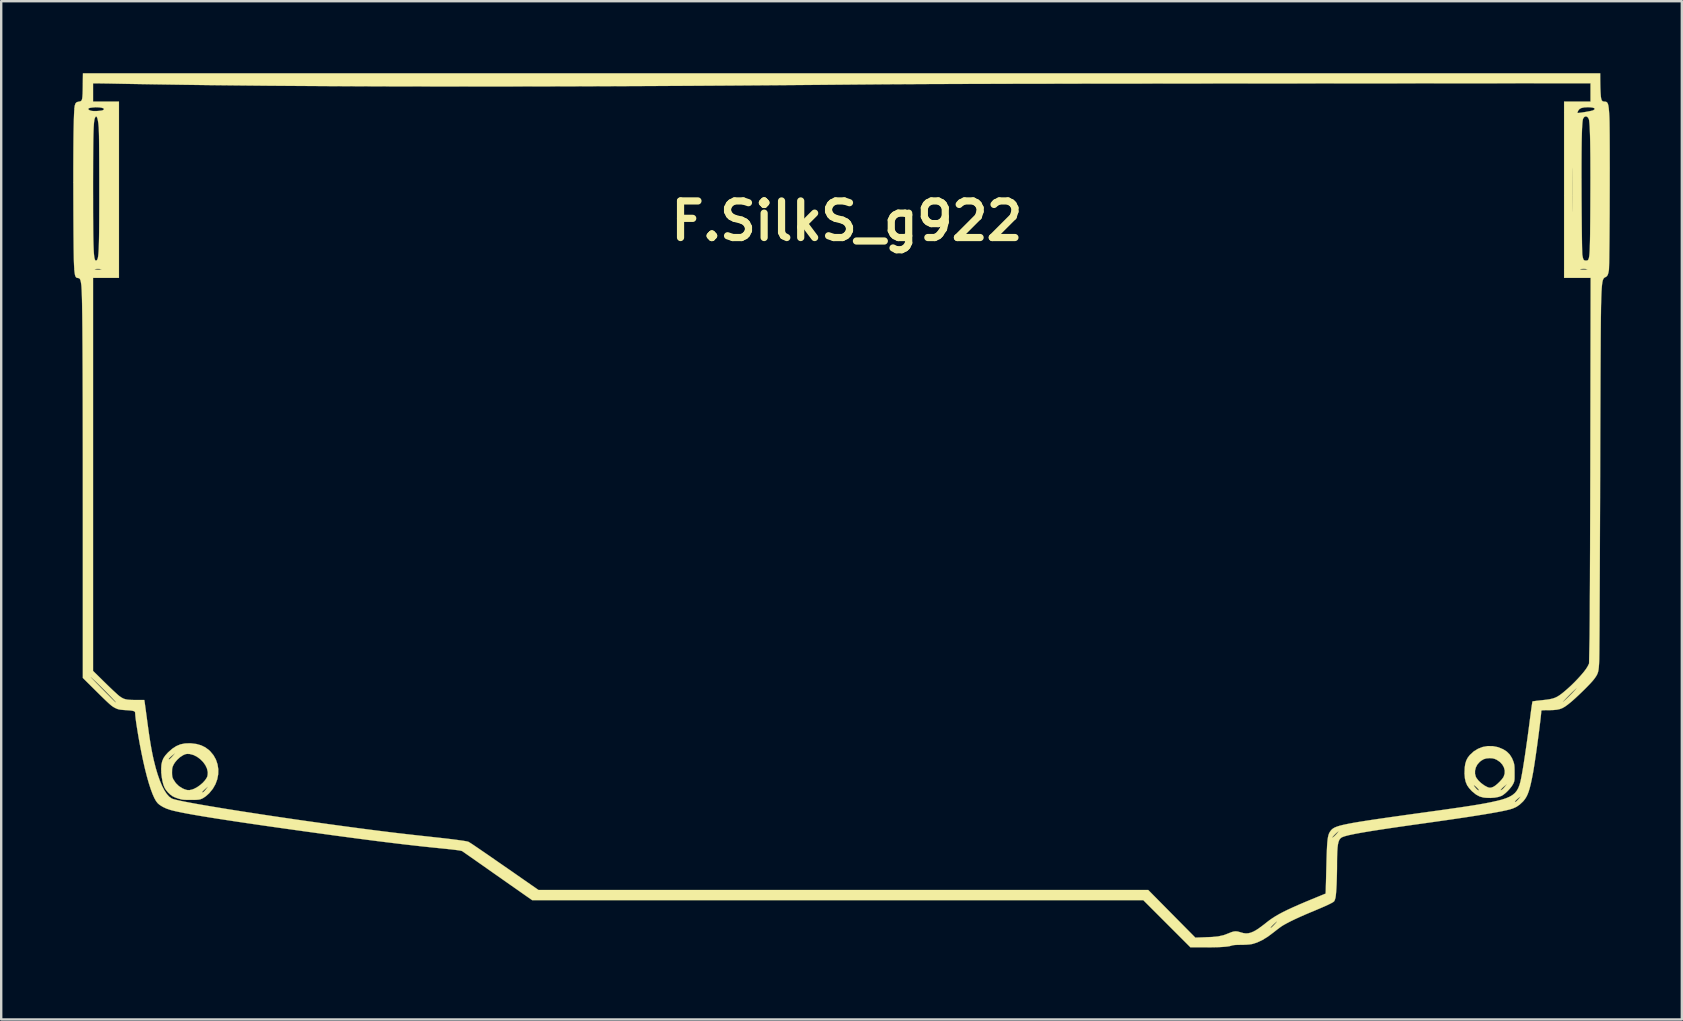
<source format=kicad_pcb>
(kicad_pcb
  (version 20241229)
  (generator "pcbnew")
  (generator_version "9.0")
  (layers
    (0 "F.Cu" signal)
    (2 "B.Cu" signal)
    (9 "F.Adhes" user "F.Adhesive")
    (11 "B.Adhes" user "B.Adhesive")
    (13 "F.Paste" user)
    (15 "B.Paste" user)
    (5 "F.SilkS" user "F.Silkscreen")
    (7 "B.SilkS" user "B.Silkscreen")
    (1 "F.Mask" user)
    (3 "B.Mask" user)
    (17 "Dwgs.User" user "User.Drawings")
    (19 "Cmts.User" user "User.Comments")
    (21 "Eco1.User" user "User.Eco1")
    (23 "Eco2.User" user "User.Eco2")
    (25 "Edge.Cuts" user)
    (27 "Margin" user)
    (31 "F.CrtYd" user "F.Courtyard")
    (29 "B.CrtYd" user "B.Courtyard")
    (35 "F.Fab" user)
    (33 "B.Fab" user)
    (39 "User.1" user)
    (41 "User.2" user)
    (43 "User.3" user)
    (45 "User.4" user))
  (footprint "F.SilkS_g922"
    (layer "F.Cu")
    (at 32.238 6.158)
    (property "Reference" "F.SilkS_g922" (at 0 0 0) (layer "F.SilkS") (effects (font (size 1.524 1.524) (thickness 0.3))))
    (attr through_hole)
    (fp_poly (pts (xy 26.91 21.882) (xy 27.12 21.923) (xy 27.165 21.937) (xy 27.35 22.015) (xy 27.5 22.112) (xy 27.62 22.232) (xy 27.714 22.381) (xy 27.767 22.506) (xy 27.788 22.568) (xy 27.803 22.623) (xy 27.813 22.681) (xy 27.819 22.752) (xy 27.822 22.844) (xy 27.823 22.967) (xy 27.823 22.998) (xy 27.823 23.125) (xy 27.822 23.219) (xy 27.818 23.287) (xy 27.81 23.338) (xy 27.798 23.381) (xy 27.78 23.424) (xy 27.761 23.463) (xy 27.706 23.553) (xy 27.627 23.653) (xy 27.534 23.754) (xy 27.436 23.846) (xy 27.343 23.918) (xy 27.279 23.956) (xy 27.151 24) (xy 26.995 24.029) (xy 26.821 24.041) (xy 26.641 24.036) (xy 26.527 24.024) (xy 26.371 23.982) (xy 26.22 23.902) (xy 26.07 23.781) (xy 26.033 23.746) (xy 25.923 23.624) (xy 25.85 23.514) (xy 26.123 23.514) (xy 26.136 23.539) (xy 26.164 23.578) (xy 26.201 23.623) (xy 26.24 23.666) (xy 26.274 23.698) (xy 26.287 23.707) (xy 26.32 23.725) (xy 26.331 23.721) (xy 26.331 23.712) (xy 27.241 23.712) (xy 27.255 23.719) (xy 27.288 23.702) (xy 27.333 23.666) (xy 27.369 23.629) (xy 27.418 23.572) (xy 27.463 23.518) (xy 27.464 23.516) (xy 27.506 23.463) (xy 27.453 23.505) (xy 27.39 23.557) (xy 27.329 23.613) (xy 27.279 23.663) (xy 27.248 23.699) (xy 27.241 23.712) (xy 26.331 23.712) (xy 26.331 23.708) (xy 26.317 23.681) (xy 26.279 23.639) (xy 26.23 23.59) (xy 26.179 23.545) (xy 26.136 23.514) (xy 26.132 23.511) (xy 26.123 23.514) (xy 25.85 23.514) (xy 25.842 23.502) (xy 25.787 23.372) (xy 25.754 23.225) (xy 25.74 23.05) (xy 25.739 22.966) (xy 25.742 22.905) (xy 26.175 22.905) (xy 26.175 23.038) (xy 26.21 23.163) (xy 26.23 23.202) (xy 26.312 23.311) (xy 26.424 23.419) (xy 26.555 23.516) (xy 26.62 23.553) (xy 26.71 23.598) (xy 26.782 23.617) (xy 26.848 23.612) (xy 26.924 23.585) (xy 26.944 23.576) (xy 27.02 23.528) (xy 27.109 23.455) (xy 27.2 23.368) (xy 27.283 23.278) (xy 27.347 23.193) (xy 27.368 23.157) (xy 27.41 23.031) (xy 27.414 22.901) (xy 27.381 22.773) (xy 27.315 22.653) (xy 27.218 22.546) (xy 27.092 22.459) (xy 27.053 22.439) (xy 26.973 22.407) (xy 26.896 22.39) (xy 26.802 22.384) (xy 26.776 22.384) (xy 26.642 22.395) (xy 26.53 22.43) (xy 26.423 22.496) (xy 26.368 22.541) (xy 26.273 22.648) (xy 26.209 22.772) (xy 26.175 22.905) (xy 25.742 22.905) (xy 25.746 22.777) (xy 25.769 22.621) (xy 25.809 22.488) (xy 25.869 22.37) (xy 25.953 22.26) (xy 25.964 22.248) (xy 26.121 22.103) (xy 26.3 21.993) (xy 26.494 21.918) (xy 26.699 21.881) (xy 26.91 21.882)) (stroke (width 0.01) (type solid)) (fill yes) (layer "F.SilkS"))
    (fp_poly (pts (xy -27.328 21.766) (xy -27.102 21.794) (xy -26.906 21.85) (xy -26.732 21.935) (xy -26.577 22.052) (xy -26.533 22.093) (xy -26.394 22.259) (xy -26.291 22.443) (xy -26.224 22.64) (xy -26.192 22.845) (xy -26.196 23.054) (xy -26.235 23.262) (xy -26.309 23.465) (xy -26.418 23.657) (xy -26.562 23.834) (xy -26.574 23.847) (xy -26.705 23.966) (xy -26.824 24.047) (xy -26.852 24.061) (xy -26.903 24.084) (xy -26.949 24.1) (xy -27 24.11) (xy -27.063 24.117) (xy -27.149 24.121) (xy -27.266 24.123) (xy -27.294 24.123) (xy -27.415 24.123) (xy -27.528 24.121) (xy -27.623 24.117) (xy -27.691 24.11) (xy -27.706 24.108) (xy -27.858 24.069) (xy -27.999 24.018) (xy -28.102 23.968) (xy -28.192 23.902) (xy -28.286 23.812) (xy -28.3 23.795) (xy -26.86 23.795) (xy -26.849 23.812) (xy -26.816 23.795) (xy -26.764 23.745) (xy -26.763 23.744) (xy -26.713 23.687) (xy -26.667 23.632) (xy -26.659 23.622) (xy -26.617 23.569) (xy -26.67 23.611) (xy -26.738 23.667) (xy -26.797 23.721) (xy -26.841 23.766) (xy -26.86 23.793) (xy -26.86 23.795) (xy -28.3 23.795) (xy -28.37 23.712) (xy -28.426 23.623) (xy -28.476 23.5) (xy -28.517 23.347) (xy -28.547 23.177) (xy -28.567 23) (xy -28.567 22.976) (xy -28.12 22.976) (xy -28.118 23.074) (xy -28.111 23.144) (xy -28.096 23.2) (xy -28.071 23.256) (xy -28.062 23.273) (xy -27.961 23.425) (xy -27.836 23.547) (xy -27.681 23.644) (xy -27.607 23.677) (xy -27.497 23.712) (xy -27.392 23.716) (xy -27.278 23.69) (xy -27.204 23.662) (xy -27.075 23.595) (xy -26.95 23.507) (xy -26.835 23.407) (xy -26.74 23.301) (xy -26.672 23.198) (xy -26.648 23.144) (xy -26.635 23.076) (xy -26.63 22.992) (xy -26.632 22.956) (xy -26.664 22.814) (xy -26.731 22.674) (xy -26.827 22.541) (xy -26.946 22.423) (xy -27.081 22.324) (xy -27.225 22.252) (xy -27.373 22.212) (xy -27.413 22.208) (xy -27.494 22.206) (xy -27.559 22.217) (xy -27.63 22.246) (xy -27.657 22.259) (xy -27.785 22.341) (xy -27.906 22.451) (xy -28.007 22.574) (xy -28.059 22.662) (xy -28.089 22.729) (xy -28.108 22.789) (xy -28.117 22.855) (xy -28.119 22.945) (xy -28.12 22.976) (xy -28.567 22.976) (xy -28.572 22.829) (xy -28.563 22.676) (xy -28.558 22.636) (xy -28.527 22.504) (xy -28.49 22.42) (xy -28.258 22.42) (xy -28.246 22.436) (xy -28.212 22.417) (xy -28.156 22.363) (xy -28.15 22.357) (xy -28.097 22.299) (xy -28.05 22.244) (xy -28.035 22.225) (xy -27.993 22.172) (xy -28.057 22.225) (xy -28.142 22.298) (xy -28.207 22.358) (xy -28.247 22.401) (xy -28.258 22.42) (xy -28.49 22.42) (xy -28.477 22.388) (xy -28.403 22.277) (xy -28.298 22.159) (xy -28.279 22.14) (xy -28.111 21.992) (xy -27.943 21.882) (xy -27.769 21.809) (xy -27.581 21.771) (xy -27.374 21.764) (xy -27.328 21.766)) (stroke (width 0.01) (type solid)) (fill yes) (layer "F.SilkS"))
    (fp_poly (pts (xy 31.392 -5.855) (xy 31.394 -5.717) (xy 31.397 -5.567) (xy 31.403 -5.422) (xy 31.409 -5.309) (xy 31.419 -5.18) (xy 31.434 -5.089) (xy 31.456 -5.028) (xy 31.487 -4.993) (xy 31.532 -4.977) (xy 31.569 -4.974) (xy 31.618 -4.97) (xy 31.657 -4.956) (xy 31.688 -4.926) (xy 31.712 -4.878) (xy 31.731 -4.806) (xy 31.746 -4.706) (xy 31.758 -4.574) (xy 31.769 -4.406) (xy 31.773 -4.326) (xy 31.776 -4.244) (xy 31.779 -4.125) (xy 31.781 -3.974) (xy 31.783 -3.791) (xy 31.785 -3.581) (xy 31.786 -3.347) (xy 31.787 -3.091) (xy 31.788 -2.816) (xy 31.788 -2.526) (xy 31.789 -2.223) (xy 31.788 -1.91) (xy 31.788 -1.59) (xy 31.787 -1.266) (xy 31.786 -0.941) (xy 31.785 -0.619) (xy 31.784 -0.301) (xy 31.782 0.009) (xy 31.78 0.308) (xy 31.778 0.594) (xy 31.776 0.863) (xy 31.773 1.112) (xy 31.77 1.338) (xy 31.768 1.539) (xy 31.765 1.712) (xy 31.761 1.853) (xy 31.758 1.959) (xy 31.755 2.028) (xy 31.752 2.053) (xy 31.73 2.165) (xy 31.706 2.242) (xy 31.675 2.293) (xy 31.635 2.327) (xy 31.609 2.339) (xy 31.563 2.365) (xy 31.528 2.405) (xy 31.502 2.464) (xy 31.482 2.548) (xy 31.466 2.664) (xy 31.456 2.786) (xy 31.452 2.842) (xy 31.448 2.902) (xy 31.444 2.968) (xy 31.441 3.04) (xy 31.438 3.12) (xy 31.435 3.209) (xy 31.432 3.309) (xy 31.429 3.422) (xy 31.426 3.548) (xy 31.424 3.689) (xy 31.422 3.846) (xy 31.419 4.021) (xy 31.417 4.215) (xy 31.415 4.429) (xy 31.413 4.665) (xy 31.411 4.924) (xy 31.41 5.208) (xy 31.408 5.518) (xy 31.406 5.855) (xy 31.404 6.221) (xy 31.402 6.617) (xy 31.401 7.044) (xy 31.399 7.504) (xy 31.397 7.998) (xy 31.395 8.527) (xy 31.393 9.094) (xy 31.391 9.699) (xy 31.389 10.343) (xy 31.387 10.996) (xy 31.386 11.537) (xy 31.384 12.07) (xy 31.382 12.592) (xy 31.38 13.103) (xy 31.378 13.6) (xy 31.376 14.081) (xy 31.374 14.545) (xy 31.372 14.991) (xy 31.37 15.416) (xy 31.368 15.819) (xy 31.366 16.198) (xy 31.364 16.551) (xy 31.363 16.877) (xy 31.361 17.174) (xy 31.359 17.44) (xy 31.357 17.674) (xy 31.356 17.873) (xy 31.354 18.037) (xy 31.352 18.163) (xy 31.351 18.249) (xy 31.35 18.288) (xy 31.343 18.46) (xy 31.333 18.597) (xy 31.32 18.706) (xy 31.301 18.796) (xy 31.273 18.874) (xy 31.236 18.947) (xy 31.186 19.022) (xy 31.126 19.104) (xy 31.064 19.178) (xy 30.977 19.274) (xy 30.869 19.386) (xy 30.748 19.509) (xy 30.618 19.636) (xy 30.486 19.762) (xy 30.358 19.881) (xy 30.239 19.988) (xy 30.168 20.049) (xy 30.035 20.156) (xy 29.92 20.238) (xy 29.814 20.298) (xy 29.706 20.339) (xy 29.588 20.364) (xy 29.449 20.378) (xy 29.281 20.383) (xy 29.226 20.383) (xy 29.109 20.384) (xy 29.028 20.386) (xy 28.977 20.39) (xy 28.949 20.397) (xy 28.937 20.409) (xy 28.935 20.421) (xy 28.932 20.481) (xy 28.923 20.579) (xy 28.909 20.708) (xy 28.891 20.865) (xy 28.869 21.044) (xy 28.845 21.24) (xy 28.818 21.448) (xy 28.789 21.663) (xy 28.76 21.881) (xy 28.73 22.096) (xy 28.7 22.304) (xy 28.671 22.5) (xy 28.644 22.678) (xy 28.619 22.833) (xy 28.598 22.962) (xy 28.593 22.986) (xy 28.546 23.233) (xy 28.501 23.442) (xy 28.457 23.619) (xy 28.413 23.767) (xy 28.366 23.891) (xy 28.315 23.996) (xy 28.258 24.086) (xy 28.195 24.167) (xy 28.168 24.196) (xy 28.034 24.321) (xy 27.898 24.414) (xy 27.746 24.482) (xy 27.622 24.52) (xy 27.483 24.554) (xy 27.307 24.592) (xy 27.092 24.633) (xy 26.84 24.678) (xy 26.549 24.727) (xy 26.219 24.78) (xy 25.849 24.838) (xy 25.439 24.899) (xy 24.988 24.965) (xy 24.496 25.035) (xy 24.088 25.093) (xy 23.621 25.158) (xy 23.194 25.219) (xy 22.806 25.275) (xy 22.456 25.327) (xy 22.141 25.375) (xy 21.86 25.419) (xy 21.612 25.46) (xy 21.394 25.498) (xy 21.206 25.532) (xy 21.046 25.565) (xy 20.911 25.594) (xy 20.802 25.622) (xy 20.715 25.648) (xy 20.649 25.673) (xy 20.643 25.675) (xy 20.591 25.705) (xy 20.548 25.748) (xy 20.512 25.807) (xy 20.484 25.885) (xy 20.462 25.987) (xy 20.446 26.116) (xy 20.435 26.275) (xy 20.428 26.468) (xy 20.425 26.699) (xy 20.425 26.775) (xy 20.424 27) (xy 20.42 27.222) (xy 20.414 27.435) (xy 20.407 27.633) (xy 20.398 27.813) (xy 20.387 27.967) (xy 20.376 28.091) (xy 20.364 28.179) (xy 20.361 28.194) (xy 20.341 28.267) (xy 20.317 28.327) (xy 20.302 28.351) (xy 20.261 28.383) (xy 20.182 28.428) (xy 20.064 28.487) (xy 19.907 28.559) (xy 19.71 28.644) (xy 19.475 28.744) (xy 19.346 28.797) (xy 19.112 28.896) (xy 18.887 28.995) (xy 18.678 29.091) (xy 18.49 29.182) (xy 18.326 29.267) (xy 18.193 29.341) (xy 18.104 29.397) (xy 18.036 29.446) (xy 17.948 29.512) (xy 17.853 29.586) (xy 17.78 29.643) (xy 17.538 29.824) (xy 17.308 29.965) (xy 17.091 30.066) (xy 16.883 30.13) (xy 16.875 30.131) (xy 16.784 30.145) (xy 16.662 30.155) (xy 16.517 30.161) (xy 16.419 30.162) (xy 16.276 30.164) (xy 16.169 30.169) (xy 16.092 30.178) (xy 16.039 30.191) (xy 16.031 30.194) (xy 15.955 30.216) (xy 15.841 30.234) (xy 15.688 30.248) (xy 15.496 30.259) (xy 15.264 30.265) (xy 14.991 30.268) (xy 14.912 30.268) (xy 14.319 30.268) (xy 13.335 29.284) (xy 12.351 28.3) (xy -13.114 28.3) (xy -13.336 28.145) (xy -13.391 28.107) (xy -13.477 28.046) (xy -13.591 27.966) (xy -13.729 27.869) (xy -13.888 27.758) (xy -14.064 27.635) (xy -14.254 27.502) (xy -14.453 27.361) (xy -14.66 27.217) (xy -14.764 27.144) (xy -14.967 27.001) (xy -15.16 26.865) (xy -15.342 26.738) (xy -15.508 26.621) (xy -15.657 26.517) (xy -15.784 26.428) (xy -15.888 26.356) (xy -15.965 26.302) (xy -16.012 26.269) (xy -16.026 26.26) (xy -16.049 26.25) (xy -16.089 26.24) (xy -16.15 26.229) (xy -16.236 26.216) (xy -16.348 26.202) (xy -16.492 26.185) (xy -16.668 26.166) (xy -16.882 26.144) (xy -17.031 26.129) (xy -17.364 26.095) (xy -17.701 26.06) (xy -18.046 26.021) (xy -18.402 25.981) (xy -18.771 25.937) (xy -19.157 25.89) (xy -19.561 25.84) (xy -19.988 25.785) (xy -20.44 25.726) (xy -20.919 25.662) (xy -21.428 25.594) (xy -21.971 25.519) (xy -22.551 25.439) (xy -23.146 25.356) (xy -23.756 25.27) (xy -24.324 25.189) (xy -24.852 25.112) (xy -25.34 25.04) (xy -25.789 24.972) (xy -26.199 24.909) (xy -26.572 24.85) (xy -26.907 24.795) (xy -27.206 24.744) (xy -27.468 24.697) (xy -27.696 24.653) (xy -27.889 24.613) (xy -28.049 24.577) (xy -28.176 24.544) (xy -28.19 24.54) (xy -28.356 24.483) (xy -28.508 24.411) (xy -28.637 24.33) (xy -28.713 24.265) (xy -28.784 24.175) (xy -28.857 24.045) (xy -28.932 23.875) (xy -29.009 23.668) (xy -29.087 23.425) (xy -29.166 23.147) (xy -29.245 22.836) (xy -29.323 22.495) (xy -29.388 22.183) (xy -29.433 21.956) (xy -29.476 21.728) (xy -29.516 21.504) (xy -29.552 21.289) (xy -29.584 21.089) (xy -29.612 20.908) (xy -29.633 20.751) (xy -29.647 20.625) (xy -29.654 20.532) (xy -29.655 20.51) (xy -29.659 20.472) (xy -29.678 20.443) (xy -29.716 20.422) (xy -29.778 20.407) (xy -29.869 20.395) (xy -29.997 20.385) (xy -30.039 20.383) (xy -30.165 20.374) (xy -30.258 20.365) (xy -30.33 20.353) (xy -30.389 20.336) (xy -30.445 20.314) (xy -30.452 20.31) (xy -30.5 20.287) (xy -30.547 20.261) (xy -30.595 20.23) (xy -30.648 20.191) (xy -30.709 20.14) (xy -30.782 20.074) (xy -30.871 19.991) (xy -30.978 19.888) (xy -31.108 19.761) (xy -31.263 19.608) (xy -31.3 19.571) (xy -31.835 19.041) (xy -31.835 19.004) (xy -31.509 19.004) (xy -31.507 19.008) (xy -31.484 19.033) (xy -31.438 19.082) (xy -31.37 19.152) (xy -31.287 19.238) (xy -31.191 19.336) (xy -31.088 19.442) (xy -30.98 19.551) (xy -30.873 19.66) (xy -30.769 19.764) (xy -30.675 19.859) (xy -30.593 19.941) (xy -30.528 20.005) (xy -30.483 20.048) (xy -30.464 20.066) (xy -30.464 20.066) (xy -30.467 20.051) (xy -30.479 20.029) (xy -30.5 20.002) (xy -30.548 19.951) (xy -30.616 19.878) (xy -30.701 19.79) (xy -30.799 19.69) (xy -30.904 19.583) (xy -31.013 19.474) (xy -31.12 19.367) (xy -31.222 19.266) (xy -31.313 19.177) (xy -31.358 19.135) (xy -31.425 19.072) (xy -31.476 19.026) (xy -31.505 19.003) (xy -31.509 19.004) (xy -31.835 19.004) (xy -31.835 12.172) (xy -31.836 11.377) (xy -31.836 10.624) (xy -31.836 9.912) (xy -31.837 9.239) (xy -31.838 8.604) (xy -31.839 8.008) (xy -31.84 7.449) (xy -31.842 6.925) (xy -31.843 6.437) (xy -31.845 5.983) (xy -31.847 5.562) (xy -31.849 5.173) (xy -31.852 4.816) (xy -31.854 4.49) (xy -31.857 4.193) (xy -31.86 3.926) (xy -31.864 3.686) (xy -31.867 3.473) (xy -31.871 3.286) (xy -31.875 3.124) (xy -31.88 2.987) (xy -31.885 2.873) (xy -31.89 2.781) (xy -31.895 2.711) (xy -31.898 2.679) (xy -31.915 2.559) (xy -31.934 2.474) (xy -31.958 2.42) (xy -31.989 2.389) (xy -32.032 2.376) (xy -32.041 2.375) (xy -32.066 2.372) (xy -32.088 2.366) (xy -32.107 2.355) (xy -32.125 2.338) (xy -32.141 2.312) (xy -32.155 2.275) (xy -32.167 2.225) (xy -32.177 2.16) (xy -32.187 2.079) (xy -32.191 2.02) (xy -31.342 2.02) (xy -31.305 2.026) (xy -31.227 2.028) (xy -31.2 2.028) (xy -31.113 2.027) (xy -31.067 2.022) (xy -31.064 2.014) (xy -31.073 2.011) (xy -31.144 1.997) (xy -31.228 1.994) (xy -31.304 2.001) (xy -31.337 2.011) (xy -31.342 2.02) (xy -32.191 2.02) (xy -32.194 1.978) (xy -32.201 1.855) (xy -32.207 1.71) (xy -32.212 1.539) (xy -32.215 1.341) (xy -32.219 1.114) (xy -32.221 0.855) (xy -32.224 0.562) (xy -32.226 0.234) (xy -32.228 -0.132) (xy -32.23 -0.537) (xy -32.23 -0.656) (xy -32.232 -1.197) (xy -32.232 -1.344) (xy -31.411 -1.344) (xy -31.41 -0.924) (xy -31.41 -0.544) (xy -31.409 -0.202) (xy -31.407 0.103) (xy -31.405 0.374) (xy -31.402 0.612) (xy -31.398 0.82) (xy -31.393 0.999) (xy -31.387 1.151) (xy -31.381 1.279) (xy -31.373 1.384) (xy -31.364 1.469) (xy -31.354 1.534) (xy -31.342 1.583) (xy -31.329 1.617) (xy -31.314 1.639) (xy -31.298 1.649) (xy -31.286 1.651) (xy -31.248 1.631) (xy -31.223 1.584) (xy -31.212 1.547) (xy -31.202 1.498) (xy -31.194 1.436) (xy -31.186 1.359) (xy -31.179 1.265) (xy -31.173 1.15) (xy -31.168 1.014) (xy -31.164 0.854) (xy -31.16 0.668) (xy -31.157 0.454) (xy -31.155 0.209) (xy -31.153 -0.068) (xy -31.152 -0.38) (xy -31.151 -0.729) (xy -31.151 -1.117) (xy -31.151 -1.344) (xy -31.151 -1.764) (xy -31.152 -2.15) (xy -31.153 -2.501) (xy -31.155 -2.816) (xy -31.157 -3.095) (xy -31.159 -3.336) (xy -31.162 -3.538) (xy -31.166 -3.702) (xy -31.17 -3.824) (xy -31.174 -3.906) (xy -31.174 -3.909) (xy -31.19 -4.07) (xy -31.21 -4.196) (xy -31.233 -4.287) (xy -31.258 -4.341) (xy -31.285 -4.357) (xy -31.313 -4.334) (xy -31.342 -4.269) (xy -31.342 -4.267) (xy -31.353 -4.227) (xy -31.362 -4.172) (xy -31.371 -4.1) (xy -31.378 -4.009) (xy -31.385 -3.897) (xy -31.391 -3.761) (xy -31.396 -3.601) (xy -31.4 -3.414) (xy -31.403 -3.197) (xy -31.406 -2.95) (xy -31.408 -2.67) (xy -31.409 -2.354) (xy -31.41 -2.002) (xy -31.411 -1.61) (xy -31.411 -1.344) (xy -32.232 -1.344) (xy -32.233 -1.703) (xy -32.233 -2.173) (xy -32.231 -2.608) (xy -32.229 -3.005) (xy -32.226 -3.365) (xy -32.222 -3.688) (xy -32.216 -3.971) (xy -32.21 -4.216) (xy -32.203 -4.421) (xy -32.195 -4.585) (xy -32.188 -4.678) (xy -31.611 -4.678) (xy -31.61 -4.658) (xy -31.596 -4.642) (xy -31.554 -4.614) (xy -31.495 -4.592) (xy -31.493 -4.592) (xy -31.427 -4.582) (xy -31.337 -4.579) (xy -31.235 -4.582) (xy -31.137 -4.589) (xy -31.054 -4.601) (xy -31.003 -4.615) (xy -30.96 -4.645) (xy -30.956 -4.672) (xy -30.985 -4.697) (xy -31.045 -4.717) (xy -31.13 -4.731) (xy -31.237 -4.738) (xy -31.327 -4.737) (xy -31.421 -4.73) (xy -31.503 -4.72) (xy -31.562 -4.707) (xy -31.578 -4.701) (xy -31.611 -4.678) (xy -32.188 -4.678) (xy -32.186 -4.709) (xy -32.176 -4.791) (xy -32.172 -4.809) (xy -32.146 -4.89) (xy -32.108 -4.938) (xy -32.046 -4.964) (xy -31.997 -4.973) (xy -31.955 -4.981) (xy -31.921 -4.994) (xy -31.895 -5.017) (xy -31.875 -5.055) (xy -31.861 -5.112) (xy -31.852 -5.193) (xy -31.845 -5.303) (xy -31.841 -5.445) (xy -31.838 -5.626) (xy -31.838 -5.632) (xy -31.837 -5.736) (xy -31.411 -5.736) (xy -31.411 -4.974) (xy -30.332 -4.974) (xy -30.332 2.371) (xy -31.411 2.371) (xy -31.411 18.748) (xy -30.925 19.226) (xy -30.8 19.348) (xy -30.679 19.465) (xy -30.566 19.572) (xy -30.466 19.664) (xy -30.385 19.738) (xy -30.326 19.788) (xy -30.309 19.801) (xy -30.23 19.855) (xy -30.156 19.896) (xy -30.077 19.925) (xy -29.986 19.944) (xy -29.875 19.955) (xy -29.736 19.959) (xy -29.62 19.96) (xy -29.275 19.96) (xy -29.264 20.029) (xy -29.258 20.066) (xy -29.248 20.14) (xy -29.234 20.244) (xy -29.216 20.374) (xy -29.196 20.524) (xy -29.173 20.689) (xy -29.158 20.808) (xy -29.118 21.101) (xy -29.082 21.358) (xy -29.048 21.584) (xy -29.016 21.785) (xy -28.984 21.968) (xy -28.952 22.137) (xy -28.919 22.3) (xy -28.883 22.46) (xy -28.879 22.478) (xy -28.801 22.787) (xy -28.717 23.069) (xy -28.628 23.32) (xy -28.535 23.54) (xy -28.438 23.726) (xy -28.339 23.876) (xy -28.239 23.988) (xy -28.139 24.061) (xy -28.111 24.074) (xy -28.037 24.098) (xy -27.923 24.127) (xy -27.772 24.161) (xy -27.585 24.199) (xy -27.365 24.241) (xy -27.115 24.287) (xy -26.836 24.336) (xy -26.53 24.388) (xy -26.201 24.443) (xy -25.849 24.501) (xy -25.478 24.56) (xy -25.09 24.621) (xy -24.686 24.683) (xy -24.27 24.747) (xy -23.842 24.811) (xy -23.406 24.875) (xy -22.964 24.94) (xy -22.518 25.004) (xy -22.07 25.067) (xy -21.623 25.13) (xy -21.178 25.191) (xy -20.739 25.25) (xy -20.306 25.308) (xy -19.883 25.363) (xy -19.471 25.415) (xy -19.073 25.465) (xy -18.692 25.511) (xy -18.328 25.553) (xy -18.002 25.59) (xy -17.814 25.611) (xy -17.607 25.633) (xy -17.396 25.656) (xy -17.193 25.679) (xy -17.012 25.699) (xy -16.923 25.708) (xy -16.686 25.735) (xy -16.469 25.761) (xy -16.274 25.786) (xy -16.106 25.809) (xy -15.967 25.829) (xy -15.862 25.847) (xy -15.794 25.862) (xy -15.775 25.867) (xy -15.754 25.878) (xy -15.718 25.9) (xy -15.664 25.934) (xy -15.59 25.982) (xy -15.497 26.045) (xy -15.381 26.124) (xy -15.242 26.219) (xy -15.077 26.332) (xy -14.886 26.463) (xy -14.667 26.615) (xy -14.418 26.788) (xy -14.137 26.982) (xy -13.824 27.199) (xy -13.743 27.256) (xy -12.85 27.877) (xy 12.558 27.877) (xy 13.539 28.87) (xy 14.521 29.863) (xy 14.769 29.854) (xy 14.895 29.849) (xy 15.03 29.843) (xy 15.156 29.838) (xy 15.219 29.836) (xy 15.469 29.812) (xy 15.697 29.761) (xy 15.901 29.685) (xy 16.021 29.636) (xy 16.118 29.608) (xy 16.203 29.599) (xy 16.291 29.609) (xy 16.393 29.637) (xy 16.415 29.644) (xy 16.525 29.674) (xy 16.629 29.687) (xy 16.732 29.68) (xy 16.839 29.653) (xy 16.955 29.604) (xy 17.084 29.53) (xy 17.203 29.449) (xy 17.653 29.449) (xy 17.666 29.455) (xy 17.702 29.43) (xy 17.76 29.376) (xy 17.836 29.295) (xy 17.846 29.284) (xy 17.892 29.23) (xy 17.92 29.195) (xy 17.924 29.184) (xy 17.918 29.188) (xy 17.874 29.223) (xy 17.818 29.273) (xy 17.76 29.329) (xy 17.707 29.382) (xy 17.669 29.425) (xy 17.653 29.448) (xy 17.653 29.449) (xy 17.203 29.449) (xy 17.23 29.43) (xy 17.399 29.302) (xy 17.489 29.23) (xy 17.605 29.141) (xy 17.728 29.055) (xy 17.861 28.97) (xy 18.01 28.884) (xy 18.176 28.796) (xy 18.365 28.703) (xy 18.579 28.604) (xy 18.822 28.496) (xy 19.098 28.378) (xy 19.367 28.266) (xy 19.95 28.027) (xy 19.954 27.925) (xy 19.956 27.883) (xy 19.958 27.803) (xy 19.961 27.69) (xy 19.965 27.551) (xy 19.969 27.389) (xy 19.973 27.209) (xy 19.978 27.017) (xy 19.981 26.913) (xy 19.988 26.638) (xy 19.995 26.403) (xy 20.003 26.202) (xy 20.011 26.034) (xy 20.021 25.893) (xy 20.033 25.777) (xy 20.045 25.696) (xy 20.225 25.696) (xy 20.255 25.682) (xy 20.288 25.657) (xy 20.339 25.609) (xy 20.391 25.556) (xy 20.436 25.505) (xy 20.47 25.464) (xy 20.485 25.44) (xy 20.479 25.438) (xy 20.446 25.462) (xy 20.4 25.502) (xy 20.347 25.552) (xy 20.296 25.604) (xy 20.254 25.651) (xy 20.228 25.684) (xy 20.225 25.696) (xy 20.045 25.696) (xy 20.048 25.682) (xy 20.065 25.604) (xy 20.085 25.54) (xy 20.11 25.486) (xy 20.138 25.44) (xy 20.171 25.396) (xy 20.179 25.387) (xy 20.207 25.357) (xy 20.24 25.329) (xy 20.279 25.302) (xy 20.328 25.275) (xy 20.387 25.25) (xy 20.459 25.224) (xy 20.545 25.198) (xy 20.648 25.172) (xy 20.77 25.145) (xy 20.911 25.116) (xy 21.075 25.085) (xy 21.262 25.053) (xy 21.476 25.018) (xy 21.718 24.98) (xy 21.989 24.939) (xy 22.292 24.895) (xy 22.629 24.846) (xy 23.002 24.794) (xy 23.411 24.736) (xy 23.86 24.674) (xy 24.044 24.649) (xy 24.424 24.596) (xy 24.765 24.549) (xy 25.071 24.505) (xy 25.345 24.466) (xy 25.589 24.431) (xy 25.807 24.398) (xy 26.002 24.368) (xy 26.178 24.34) (xy 26.337 24.313) (xy 26.482 24.288) (xy 26.618 24.263) (xy 26.746 24.238) (xy 26.806 24.226) (xy 26.864 24.214) (xy 27.839 24.214) (xy 27.862 24.207) (xy 27.907 24.172) (xy 27.969 24.11) (xy 28.018 24.055) (xy 28.054 24.012) (xy 28.067 23.991) (xy 28.067 23.991) (xy 28.053 23.995) (xy 28.018 24.02) (xy 27.971 24.059) (xy 27.92 24.104) (xy 27.876 24.147) (xy 27.846 24.179) (xy 27.839 24.19) (xy 27.839 24.214) (xy 26.864 24.214) (xy 27.062 24.171) (xy 27.28 24.116) (xy 27.462 24.057) (xy 27.613 23.993) (xy 27.737 23.92) (xy 27.837 23.837) (xy 27.916 23.741) (xy 27.979 23.629) (xy 28.029 23.5) (xy 28.067 23.363) (xy 28.098 23.219) (xy 28.133 23.034) (xy 28.172 22.809) (xy 28.214 22.546) (xy 28.26 22.245) (xy 28.309 21.907) (xy 28.362 21.534) (xy 28.417 21.126) (xy 28.474 20.685) (xy 28.491 20.553) (xy 28.51 20.409) (xy 28.528 20.28) (xy 28.544 20.171) (xy 28.558 20.087) (xy 28.566 20.045) (xy 29.834 20.045) (xy 29.835 20.045) (xy 29.856 20.031) (xy 29.901 19.991) (xy 29.967 19.93) (xy 30.047 19.853) (xy 30.136 19.764) (xy 30.141 19.759) (xy 30.229 19.671) (xy 30.303 19.593) (xy 30.36 19.532) (xy 30.396 19.49) (xy 30.406 19.473) (xy 30.405 19.473) (xy 30.384 19.488) (xy 30.339 19.528) (xy 30.274 19.588) (xy 30.194 19.665) (xy 30.104 19.754) (xy 30.099 19.759) (xy 30.012 19.848) (xy 29.937 19.925) (xy 29.88 19.987) (xy 29.845 20.028) (xy 29.834 20.045) (xy 28.566 20.045) (xy 28.567 20.036) (xy 28.572 20.021) (xy 28.596 20.015) (xy 28.656 20.006) (xy 28.743 19.994) (xy 28.851 19.982) (xy 28.941 19.972) (xy 29.123 19.952) (xy 29.271 19.931) (xy 29.394 19.904) (xy 29.498 19.871) (xy 29.593 19.827) (xy 29.687 19.77) (xy 29.788 19.696) (xy 29.863 19.636) (xy 30.016 19.506) (xy 30.171 19.365) (xy 30.322 19.217) (xy 30.466 19.067) (xy 30.597 18.922) (xy 30.711 18.787) (xy 30.802 18.666) (xy 30.865 18.565) (xy 30.873 18.55) (xy 30.927 18.441) (xy 30.947 17.481) (xy 30.949 17.384) (xy 30.951 17.247) (xy 30.952 17.071) (xy 30.954 16.859) (xy 30.956 16.611) (xy 30.958 16.331) (xy 30.959 16.019) (xy 30.961 15.677) (xy 30.963 15.309) (xy 30.965 14.914) (xy 30.966 14.495) (xy 30.968 14.055) (xy 30.97 13.594) (xy 30.971 13.115) (xy 30.973 12.619) (xy 30.975 12.109) (xy 30.976 11.585) (xy 30.977 11.051) (xy 30.979 10.508) (xy 30.98 9.957) (xy 30.981 9.446) (xy 30.994 2.371) (xy 29.887 2.371) (xy 29.887 2.02) (xy 30.55 2.02) (xy 30.588 2.026) (xy 30.666 2.029) (xy 30.702 2.029) (xy 30.794 2.027) (xy 30.846 2.022) (xy 30.857 2.014) (xy 30.85 2.011) (xy 30.805 2) (xy 30.737 1.994) (xy 30.702 1.993) (xy 30.631 1.996) (xy 30.572 2.005) (xy 30.554 2.011) (xy 30.55 2.02) (xy 29.887 2.02) (xy 29.887 -1.302) (xy 30.236 -1.302) (xy 30.236 -1.076) (xy 30.236 -0.879) (xy 30.237 -0.712) (xy 30.237 -0.578) (xy 30.238 -0.476) (xy 30.238 -0.41) (xy 30.239 -0.38) (xy 30.24 -0.387) (xy 30.241 -0.433) (xy 30.242 -0.52) (xy 30.242 -0.557) (xy 30.243 -0.779) (xy 30.244 -1.028) (xy 30.244 -1.292) (xy 30.244 -1.555) (xy 30.243 -1.806) (xy 30.242 -2.03) (xy 30.242 -2.06) (xy 30.241 -2.158) (xy 30.241 -2.159) (xy 30.611 -2.159) (xy 30.611 -1.748) (xy 30.613 -1.297) (xy 30.614 -0.9) (xy 30.616 -0.593) (xy 30.618 -0.297) (xy 30.621 -0.015) (xy 30.623 0.25) (xy 30.626 0.495) (xy 30.629 0.718) (xy 30.632 0.914) (xy 30.635 1.083) (xy 30.638 1.22) (xy 30.641 1.322) (xy 30.644 1.387) (xy 30.646 1.408) (xy 30.665 1.513) (xy 30.685 1.583) (xy 30.709 1.625) (xy 30.743 1.645) (xy 30.79 1.651) (xy 30.794 1.651) (xy 30.852 1.646) (xy 30.885 1.624) (xy 30.901 1.595) (xy 30.912 1.567) (xy 30.922 1.534) (xy 30.93 1.491) (xy 30.938 1.438) (xy 30.945 1.371) (xy 30.951 1.288) (xy 30.956 1.186) (xy 30.96 1.063) (xy 30.964 0.917) (xy 30.968 0.745) (xy 30.971 0.545) (xy 30.973 0.313) (xy 30.976 0.049) (xy 30.978 -0.252) (xy 30.98 -0.591) (xy 30.981 -0.826) (xy 30.983 -1.341) (xy 30.984 -1.815) (xy 30.983 -2.246) (xy 30.982 -2.637) (xy 30.978 -2.985) (xy 30.974 -3.291) (xy 30.968 -3.555) (xy 30.96 -3.777) (xy 30.952 -3.958) (xy 30.941 -4.095) (xy 30.93 -4.191) (xy 30.922 -4.23) (xy 30.886 -4.306) (xy 30.836 -4.349) (xy 30.779 -4.358) (xy 30.725 -4.332) (xy 30.682 -4.271) (xy 30.671 -4.24) (xy 30.66 -4.183) (xy 30.65 -4.095) (xy 30.641 -3.975) (xy 30.633 -3.822) (xy 30.627 -3.635) (xy 30.621 -3.414) (xy 30.617 -3.156) (xy 30.614 -2.862) (xy 30.612 -2.53) (xy 30.611 -2.159) (xy 30.241 -2.159) (xy 30.24 -2.215) (xy 30.239 -2.233) (xy 30.239 -2.213) (xy 30.238 -2.157) (xy 30.237 -2.065) (xy 30.237 -1.939) (xy 30.236 -1.782) (xy 30.236 -1.594) (xy 30.236 -1.376) (xy 30.236 -1.302) (xy 29.887 -1.302) (xy 29.887 -4.502) (xy 30.438 -4.502) (xy 30.457 -4.5) (xy 30.509 -4.504) (xy 30.586 -4.513) (xy 30.679 -4.527) (xy 30.78 -4.543) (xy 30.879 -4.561) (xy 30.969 -4.578) (xy 31.042 -4.594) (xy 31.087 -4.607) (xy 31.094 -4.61) (xy 31.148 -4.645) (xy 31.162 -4.677) (xy 31.138 -4.703) (xy 31.079 -4.724) (xy 30.987 -4.736) (xy 30.872 -4.741) (xy 30.724 -4.733) (xy 30.612 -4.709) (xy 30.532 -4.668) (xy 30.48 -4.607) (xy 30.469 -4.584) (xy 30.449 -4.534) (xy 30.438 -4.505) (xy 30.438 -4.502) (xy 29.887 -4.502) (xy 29.887 -4.974) (xy 30.988 -4.974) (xy 30.988 -5.739) (xy 17.563 -5.73) (xy 16.546 -5.729) (xy 15.57 -5.729) (xy 14.633 -5.728) (xy 13.736 -5.727) (xy 12.877 -5.726) (xy 12.054 -5.725) (xy 11.267 -5.724) (xy 10.514 -5.724) (xy 9.795 -5.723) (xy 9.107 -5.721) (xy 8.451 -5.72) (xy 7.824 -5.719) (xy 7.226 -5.718) (xy 6.656 -5.717) (xy 6.112 -5.715) (xy 5.593 -5.714) (xy 5.099 -5.712) (xy 4.627 -5.711) (xy 4.177 -5.709) (xy 3.749 -5.708) (xy 3.339 -5.706) (xy 2.949 -5.704) (xy 2.575 -5.702) (xy 2.218 -5.7) (xy 1.876 -5.698) (xy 1.548 -5.696) (xy 1.233 -5.693) (xy 0.929 -5.691) (xy 0.636 -5.688) (xy 0.476 -5.687) (xy -1.327 -5.671) (xy -3.097 -5.657) (xy -4.834 -5.644) (xy -6.538 -5.633) (xy -8.207 -5.624) (xy -9.842 -5.617) (xy -11.442 -5.611) (xy -13.006 -5.607) (xy -14.535 -5.605) (xy -16.027 -5.604) (xy -17.482 -5.606) (xy -18.899 -5.608) (xy -20.279 -5.613) (xy -21.62 -5.62) (xy -22.923 -5.628) (xy -24.186 -5.637) (xy -25.409 -5.649) (xy -26.592 -5.662) (xy -27.734 -5.677) (xy -28.835 -5.694) (xy -29.894 -5.712) (xy -30.057 -5.715) (xy -30.272 -5.719) (xy -30.479 -5.723) (xy -30.672 -5.727) (xy -30.847 -5.73) (xy -30.999 -5.732) (xy -31.124 -5.734) (xy -31.216 -5.735) (xy -31.272 -5.736) (xy -31.279 -5.736) (xy -31.411 -5.736) (xy -31.837 -5.736) (xy -31.831 -6.152) (xy -0.22 -6.152) (xy 31.39 -6.153) (xy 31.392 -5.855)) (stroke (width 0.01) (type solid)) (fill yes) (layer "F.SilkS")))
  (gr_rect
    (start -3 -3)
    (end 67.031 39.431)
    (stroke (width 0.1) (type default))
    (fill no)
    (layer "Edge.Cuts")))
</source>
